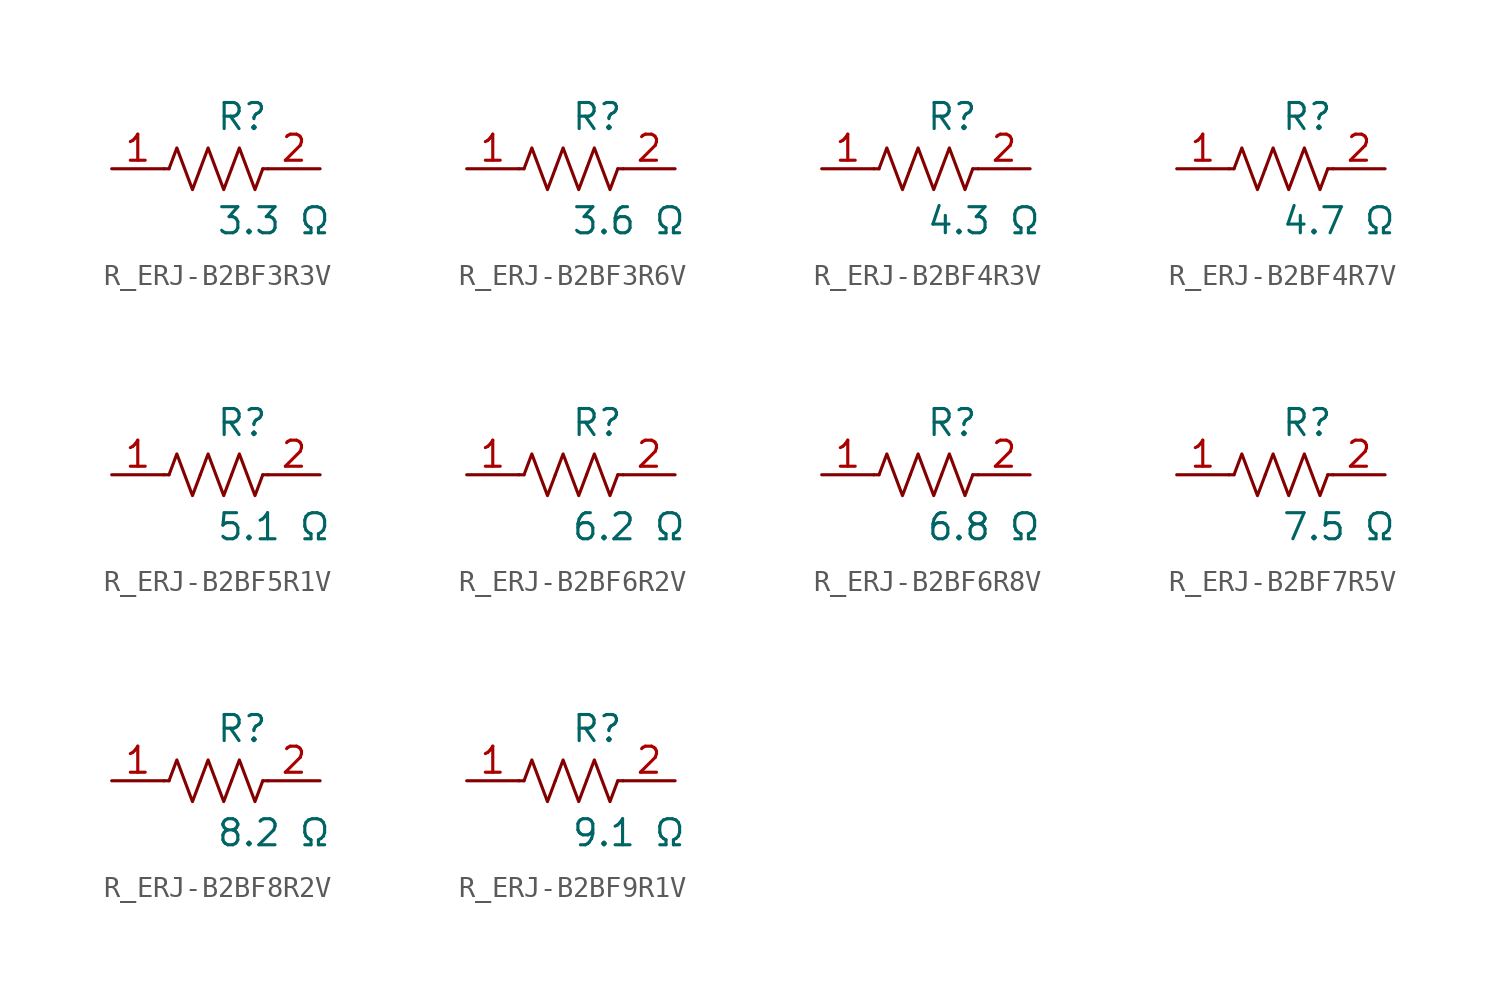
<source format=kicad_sym>
(kicad_symbol_lib
  (version 20231120)
  (generator kicad_symbol_editor)
  (generator_version 8.0)
  (symbol "R_ERJ-B2BF3R3V"
    (pin_names
      (offset 0.254))
    (property "Reference" "R"
      (at 0 2.54 0)
      (effects (font (size 1.27 1.27)) (justify left)))
    (property "Value" "3.3 Ω"
      (at 0 -2.54 0)
      (effects (font (size 1.27 1.27)) (justify left)))
    (symbol "R_ERJ-B2BF3R3V_0_1"
      (polyline (pts (xy 2.286 0) (xy 2.54 0)) (stroke (width 0) (type default)) (fill (type none)))
      (polyline (pts (xy -2.286 0) (xy -2.54 0)) (stroke (width 0) (type default)) (fill (type none)))
      (polyline (pts (xy 0.762 0) (xy 1.143 1.016) (xy 1.524 0) (xy 1.905 -1.016) (xy 2.286 0)) (stroke (width 0) (type default)) (fill (type none)))
      (polyline (pts (xy -0.762 0) (xy -0.381 1.016) (xy 0 0) (xy 0.381 -1.016) (xy 0.762 0)) (stroke (width 0) (type default)) (fill (type none)))
      (polyline (pts (xy -2.286 0) (xy -1.905 1.016) (xy -1.524 0) (xy -1.143 -1.016) (xy -0.762 0)) (stroke (width 0) (type default)) (fill (type none))))
    (pin passive line
      (at -5.08 0 0)
      (length 2.54)
      (name "" (effects (font (size 1.27 1.27))))
      (number "1" (effects (font (size 1.27 1.27)))))
    (pin passive line
      (at 5.08 0 180)
      (length 2.54)
      (name "" (effects (font (size 1.27 1.27))))
      (number "2" (effects (font (size 1.27 1.27))))))
  (symbol "R_ERJ-B2BF3R6V"
    (pin_names
      (offset 0.254))
    (property "Reference" "R"
      (at 0 2.54 0)
      (effects (font (size 1.27 1.27)) (justify left)))
    (property "Value" "3.6 Ω"
      (at 0 -2.54 0)
      (effects (font (size 1.27 1.27)) (justify left)))
    (symbol "R_ERJ-B2BF3R6V_0_1"
      (polyline (pts (xy 2.286 0) (xy 2.54 0)) (stroke (width 0) (type default)) (fill (type none)))
      (polyline (pts (xy -2.286 0) (xy -2.54 0)) (stroke (width 0) (type default)) (fill (type none)))
      (polyline (pts (xy 0.762 0) (xy 1.143 1.016) (xy 1.524 0) (xy 1.905 -1.016) (xy 2.286 0)) (stroke (width 0) (type default)) (fill (type none)))
      (polyline (pts (xy -0.762 0) (xy -0.381 1.016) (xy 0 0) (xy 0.381 -1.016) (xy 0.762 0)) (stroke (width 0) (type default)) (fill (type none)))
      (polyline (pts (xy -2.286 0) (xy -1.905 1.016) (xy -1.524 0) (xy -1.143 -1.016) (xy -0.762 0)) (stroke (width 0) (type default)) (fill (type none))))
    (pin passive line
      (at -5.08 0 0)
      (length 2.54)
      (name "" (effects (font (size 1.27 1.27))))
      (number "1" (effects (font (size 1.27 1.27)))))
    (pin passive line
      (at 5.08 0 180)
      (length 2.54)
      (name "" (effects (font (size 1.27 1.27))))
      (number "2" (effects (font (size 1.27 1.27))))))
  (symbol "R_ERJ-B2BF4R3V"
    (pin_names
      (offset 0.254))
    (property "Reference" "R"
      (at 0 2.54 0)
      (effects (font (size 1.27 1.27)) (justify left)))
    (property "Value" "4.3 Ω"
      (at 0 -2.54 0)
      (effects (font (size 1.27 1.27)) (justify left)))
    (symbol "R_ERJ-B2BF4R3V_0_1"
      (polyline (pts (xy 2.286 0) (xy 2.54 0)) (stroke (width 0) (type default)) (fill (type none)))
      (polyline (pts (xy -2.286 0) (xy -2.54 0)) (stroke (width 0) (type default)) (fill (type none)))
      (polyline (pts (xy 0.762 0) (xy 1.143 1.016) (xy 1.524 0) (xy 1.905 -1.016) (xy 2.286 0)) (stroke (width 0) (type default)) (fill (type none)))
      (polyline (pts (xy -0.762 0) (xy -0.381 1.016) (xy 0 0) (xy 0.381 -1.016) (xy 0.762 0)) (stroke (width 0) (type default)) (fill (type none)))
      (polyline (pts (xy -2.286 0) (xy -1.905 1.016) (xy -1.524 0) (xy -1.143 -1.016) (xy -0.762 0)) (stroke (width 0) (type default)) (fill (type none))))
    (pin passive line
      (at -5.08 0 0)
      (length 2.54)
      (name "" (effects (font (size 1.27 1.27))))
      (number "1" (effects (font (size 1.27 1.27)))))
    (pin passive line
      (at 5.08 0 180)
      (length 2.54)
      (name "" (effects (font (size 1.27 1.27))))
      (number "2" (effects (font (size 1.27 1.27))))))
  (symbol "R_ERJ-B2BF4R7V"
    (pin_names
      (offset 0.254))
    (property "Reference" "R"
      (at 0 2.54 0)
      (effects (font (size 1.27 1.27)) (justify left)))
    (property "Value" "4.7 Ω"
      (at 0 -2.54 0)
      (effects (font (size 1.27 1.27)) (justify left)))
    (symbol "R_ERJ-B2BF4R7V_0_1"
      (polyline (pts (xy 2.286 0) (xy 2.54 0)) (stroke (width 0) (type default)) (fill (type none)))
      (polyline (pts (xy -2.286 0) (xy -2.54 0)) (stroke (width 0) (type default)) (fill (type none)))
      (polyline (pts (xy 0.762 0) (xy 1.143 1.016) (xy 1.524 0) (xy 1.905 -1.016) (xy 2.286 0)) (stroke (width 0) (type default)) (fill (type none)))
      (polyline (pts (xy -0.762 0) (xy -0.381 1.016) (xy 0 0) (xy 0.381 -1.016) (xy 0.762 0)) (stroke (width 0) (type default)) (fill (type none)))
      (polyline (pts (xy -2.286 0) (xy -1.905 1.016) (xy -1.524 0) (xy -1.143 -1.016) (xy -0.762 0)) (stroke (width 0) (type default)) (fill (type none))))
    (pin passive line
      (at -5.08 0 0)
      (length 2.54)
      (name "" (effects (font (size 1.27 1.27))))
      (number "1" (effects (font (size 1.27 1.27)))))
    (pin passive line
      (at 5.08 0 180)
      (length 2.54)
      (name "" (effects (font (size 1.27 1.27))))
      (number "2" (effects (font (size 1.27 1.27))))))
  (symbol "R_ERJ-B2BF5R1V"
    (pin_names
      (offset 0.254))
    (property "Reference" "R"
      (at 0 2.54 0)
      (effects (font (size 1.27 1.27)) (justify left)))
    (property "Value" "5.1 Ω"
      (at 0 -2.54 0)
      (effects (font (size 1.27 1.27)) (justify left)))
    (symbol "R_ERJ-B2BF5R1V_0_1"
      (polyline (pts (xy 2.286 0) (xy 2.54 0)) (stroke (width 0) (type default)) (fill (type none)))
      (polyline (pts (xy -2.286 0) (xy -2.54 0)) (stroke (width 0) (type default)) (fill (type none)))
      (polyline (pts (xy 0.762 0) (xy 1.143 1.016) (xy 1.524 0) (xy 1.905 -1.016) (xy 2.286 0)) (stroke (width 0) (type default)) (fill (type none)))
      (polyline (pts (xy -0.762 0) (xy -0.381 1.016) (xy 0 0) (xy 0.381 -1.016) (xy 0.762 0)) (stroke (width 0) (type default)) (fill (type none)))
      (polyline (pts (xy -2.286 0) (xy -1.905 1.016) (xy -1.524 0) (xy -1.143 -1.016) (xy -0.762 0)) (stroke (width 0) (type default)) (fill (type none))))
    (pin passive line
      (at -5.08 0 0)
      (length 2.54)
      (name "" (effects (font (size 1.27 1.27))))
      (number "1" (effects (font (size 1.27 1.27)))))
    (pin passive line
      (at 5.08 0 180)
      (length 2.54)
      (name "" (effects (font (size 1.27 1.27))))
      (number "2" (effects (font (size 1.27 1.27))))))
  (symbol "R_ERJ-B2BF6R2V"
    (pin_names
      (offset 0.254))
    (property "Reference" "R"
      (at 0 2.54 0)
      (effects (font (size 1.27 1.27)) (justify left)))
    (property "Value" "6.2 Ω"
      (at 0 -2.54 0)
      (effects (font (size 1.27 1.27)) (justify left)))
    (symbol "R_ERJ-B2BF6R2V_0_1"
      (polyline (pts (xy 2.286 0) (xy 2.54 0)) (stroke (width 0) (type default)) (fill (type none)))
      (polyline (pts (xy -2.286 0) (xy -2.54 0)) (stroke (width 0) (type default)) (fill (type none)))
      (polyline (pts (xy 0.762 0) (xy 1.143 1.016) (xy 1.524 0) (xy 1.905 -1.016) (xy 2.286 0)) (stroke (width 0) (type default)) (fill (type none)))
      (polyline (pts (xy -0.762 0) (xy -0.381 1.016) (xy 0 0) (xy 0.381 -1.016) (xy 0.762 0)) (stroke (width 0) (type default)) (fill (type none)))
      (polyline (pts (xy -2.286 0) (xy -1.905 1.016) (xy -1.524 0) (xy -1.143 -1.016) (xy -0.762 0)) (stroke (width 0) (type default)) (fill (type none))))
    (pin passive line
      (at -5.08 0 0)
      (length 2.54)
      (name "" (effects (font (size 1.27 1.27))))
      (number "1" (effects (font (size 1.27 1.27)))))
    (pin passive line
      (at 5.08 0 180)
      (length 2.54)
      (name "" (effects (font (size 1.27 1.27))))
      (number "2" (effects (font (size 1.27 1.27))))))
  (symbol "R_ERJ-B2BF6R8V"
    (pin_names
      (offset 0.254))
    (property "Reference" "R"
      (at 0 2.54 0)
      (effects (font (size 1.27 1.27)) (justify left)))
    (property "Value" "6.8 Ω"
      (at 0 -2.54 0)
      (effects (font (size 1.27 1.27)) (justify left)))
    (symbol "R_ERJ-B2BF6R8V_0_1"
      (polyline (pts (xy 2.286 0) (xy 2.54 0)) (stroke (width 0) (type default)) (fill (type none)))
      (polyline (pts (xy -2.286 0) (xy -2.54 0)) (stroke (width 0) (type default)) (fill (type none)))
      (polyline (pts (xy 0.762 0) (xy 1.143 1.016) (xy 1.524 0) (xy 1.905 -1.016) (xy 2.286 0)) (stroke (width 0) (type default)) (fill (type none)))
      (polyline (pts (xy -0.762 0) (xy -0.381 1.016) (xy 0 0) (xy 0.381 -1.016) (xy 0.762 0)) (stroke (width 0) (type default)) (fill (type none)))
      (polyline (pts (xy -2.286 0) (xy -1.905 1.016) (xy -1.524 0) (xy -1.143 -1.016) (xy -0.762 0)) (stroke (width 0) (type default)) (fill (type none))))
    (pin passive line
      (at -5.08 0 0)
      (length 2.54)
      (name "" (effects (font (size 1.27 1.27))))
      (number "1" (effects (font (size 1.27 1.27)))))
    (pin passive line
      (at 5.08 0 180)
      (length 2.54)
      (name "" (effects (font (size 1.27 1.27))))
      (number "2" (effects (font (size 1.27 1.27))))))
  (symbol "R_ERJ-B2BF7R5V"
    (pin_names
      (offset 0.254))
    (property "Reference" "R"
      (at 0 2.54 0)
      (effects (font (size 1.27 1.27)) (justify left)))
    (property "Value" "7.5 Ω"
      (at 0 -2.54 0)
      (effects (font (size 1.27 1.27)) (justify left)))
    (symbol "R_ERJ-B2BF7R5V_0_1"
      (polyline (pts (xy 2.286 0) (xy 2.54 0)) (stroke (width 0) (type default)) (fill (type none)))
      (polyline (pts (xy -2.286 0) (xy -2.54 0)) (stroke (width 0) (type default)) (fill (type none)))
      (polyline (pts (xy 0.762 0) (xy 1.143 1.016) (xy 1.524 0) (xy 1.905 -1.016) (xy 2.286 0)) (stroke (width 0) (type default)) (fill (type none)))
      (polyline (pts (xy -0.762 0) (xy -0.381 1.016) (xy 0 0) (xy 0.381 -1.016) (xy 0.762 0)) (stroke (width 0) (type default)) (fill (type none)))
      (polyline (pts (xy -2.286 0) (xy -1.905 1.016) (xy -1.524 0) (xy -1.143 -1.016) (xy -0.762 0)) (stroke (width 0) (type default)) (fill (type none))))
    (pin passive line
      (at -5.08 0 0)
      (length 2.54)
      (name "" (effects (font (size 1.27 1.27))))
      (number "1" (effects (font (size 1.27 1.27)))))
    (pin passive line
      (at 5.08 0 180)
      (length 2.54)
      (name "" (effects (font (size 1.27 1.27))))
      (number "2" (effects (font (size 1.27 1.27))))))
  (symbol "R_ERJ-B2BF8R2V"
    (pin_names
      (offset 0.254))
    (property "Reference" "R"
      (at 0 2.54 0)
      (effects (font (size 1.27 1.27)) (justify left)))
    (property "Value" "8.2 Ω"
      (at 0 -2.54 0)
      (effects (font (size 1.27 1.27)) (justify left)))
    (symbol "R_ERJ-B2BF8R2V_0_1"
      (polyline (pts (xy 2.286 0) (xy 2.54 0)) (stroke (width 0) (type default)) (fill (type none)))
      (polyline (pts (xy -2.286 0) (xy -2.54 0)) (stroke (width 0) (type default)) (fill (type none)))
      (polyline (pts (xy 0.762 0) (xy 1.143 1.016) (xy 1.524 0) (xy 1.905 -1.016) (xy 2.286 0)) (stroke (width 0) (type default)) (fill (type none)))
      (polyline (pts (xy -0.762 0) (xy -0.381 1.016) (xy 0 0) (xy 0.381 -1.016) (xy 0.762 0)) (stroke (width 0) (type default)) (fill (type none)))
      (polyline (pts (xy -2.286 0) (xy -1.905 1.016) (xy -1.524 0) (xy -1.143 -1.016) (xy -0.762 0)) (stroke (width 0) (type default)) (fill (type none))))
    (pin passive line
      (at -5.08 0 0)
      (length 2.54)
      (name "" (effects (font (size 1.27 1.27))))
      (number "1" (effects (font (size 1.27 1.27)))))
    (pin passive line
      (at 5.08 0 180)
      (length 2.54)
      (name "" (effects (font (size 1.27 1.27))))
      (number "2" (effects (font (size 1.27 1.27))))))
  (symbol "R_ERJ-B2BF9R1V"
    (pin_names
      (offset 0.254))
    (property "Reference" "R"
      (at 0 2.54 0)
      (effects (font (size 1.27 1.27)) (justify left)))
    (property "Value" "9.1 Ω"
      (at 0 -2.54 0)
      (effects (font (size 1.27 1.27)) (justify left)))
    (symbol "R_ERJ-B2BF9R1V_0_1"
      (polyline (pts (xy 2.286 0) (xy 2.54 0)) (stroke (width 0) (type default)) (fill (type none)))
      (polyline (pts (xy -2.286 0) (xy -2.54 0)) (stroke (width 0) (type default)) (fill (type none)))
      (polyline (pts (xy 0.762 0) (xy 1.143 1.016) (xy 1.524 0) (xy 1.905 -1.016) (xy 2.286 0)) (stroke (width 0) (type default)) (fill (type none)))
      (polyline (pts (xy -0.762 0) (xy -0.381 1.016) (xy 0 0) (xy 0.381 -1.016) (xy 0.762 0)) (stroke (width 0) (type default)) (fill (type none)))
      (polyline (pts (xy -2.286 0) (xy -1.905 1.016) (xy -1.524 0) (xy -1.143 -1.016) (xy -0.762 0)) (stroke (width 0) (type default)) (fill (type none))))
    (pin passive line
      (at -5.08 0 0)
      (length 2.54)
      (name "" (effects (font (size 1.27 1.27))))
      (number "1" (effects (font (size 1.27 1.27)))))
    (pin passive line
      (at 5.08 0 180)
      (length 2.54)
      (name "" (effects (font (size 1.27 1.27))))
      (number "2" (effects (font (size 1.27 1.27)))))))
</source>
